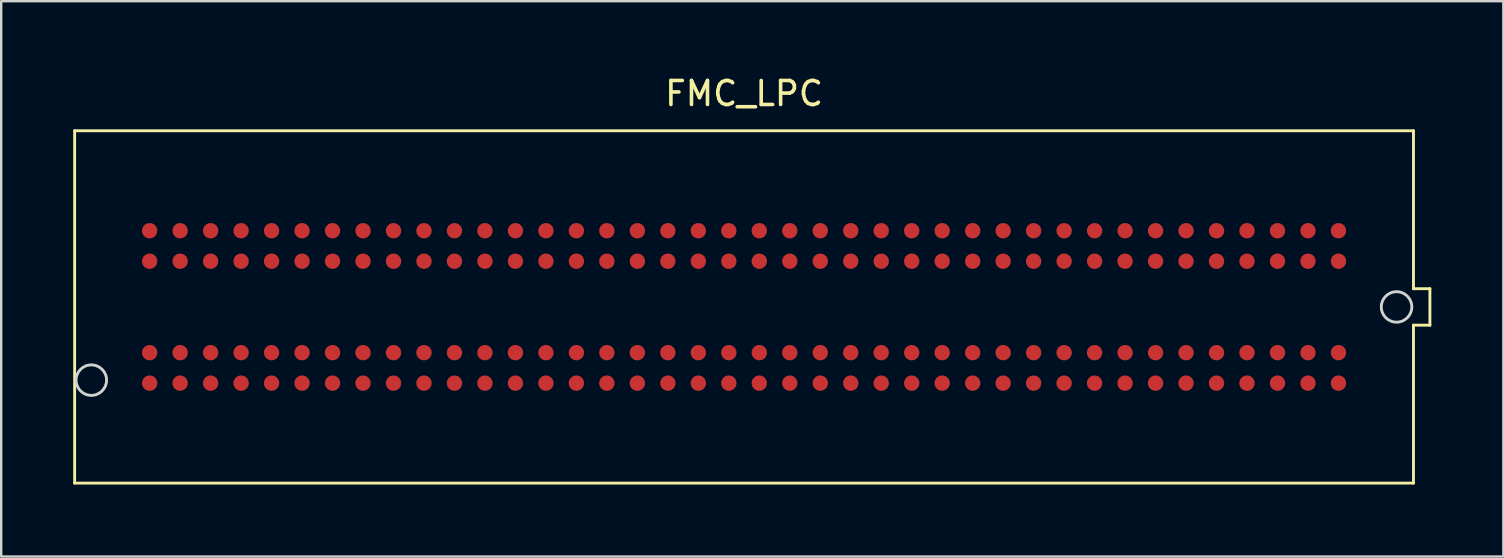
<source format=kicad_pcb>
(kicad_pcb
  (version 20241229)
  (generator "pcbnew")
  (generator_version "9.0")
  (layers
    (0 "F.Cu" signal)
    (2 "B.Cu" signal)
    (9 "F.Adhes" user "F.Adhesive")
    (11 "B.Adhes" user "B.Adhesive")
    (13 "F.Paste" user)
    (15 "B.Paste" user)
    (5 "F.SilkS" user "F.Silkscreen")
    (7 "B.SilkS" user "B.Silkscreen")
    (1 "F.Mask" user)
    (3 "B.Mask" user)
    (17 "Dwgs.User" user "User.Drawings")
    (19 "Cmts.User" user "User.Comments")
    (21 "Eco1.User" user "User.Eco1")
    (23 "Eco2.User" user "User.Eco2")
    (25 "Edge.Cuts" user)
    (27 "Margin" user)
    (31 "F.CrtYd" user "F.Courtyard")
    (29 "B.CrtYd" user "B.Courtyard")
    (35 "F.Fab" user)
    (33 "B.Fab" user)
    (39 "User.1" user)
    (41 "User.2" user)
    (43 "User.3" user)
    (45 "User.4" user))
  (footprint "FMC_LPC"
    (layer "F.Cu")
    (at 27.95 9.738)
    (property "Reference" "FMC_LPC" (at 0 -8.89 0) (layer "F.SilkS") (effects (font (size 1 1) (thickness 0.15))))
    (attr through_hole)
    (fp_line (start -27.89 -7.34) (end -27.89 7.34) (stroke (width 0.12) (type solid)) (layer "F.SilkS"))
    (fp_line (start -27.89 7.34) (end 27.89 7.34) (stroke (width 0.12) (type solid)) (layer "F.SilkS"))
    (fp_line (start 27.89 -7.34) (end -27.89 -7.34) (stroke (width 0.12) (type solid)) (layer "F.SilkS"))
    (fp_line (start 27.89 -0.76) (end 27.89 -7.34) (stroke (width 0.12) (type solid)) (layer "F.SilkS"))
    (fp_line (start 27.89 0.76) (end 28.575 0.76) (stroke (width 0.12) (type solid)) (layer "F.SilkS"))
    (fp_line (start 27.89 7.34) (end 27.89 0.76) (stroke (width 0.12) (type solid)) (layer "F.SilkS"))
    (fp_line (start 28.575 -0.76) (end 27.89 -0.76) (stroke (width 0.12) (type solid)) (layer "F.SilkS"))
    (fp_line (start 28.575 0.76) (end 28.575 -0.76) (stroke (width 0.12) (type solid)) (layer "F.SilkS"))
    (fp_circle (center -27.195 3.05) (end -26.56 3.05) (stroke (width 0.12) (type solid)) (fill no) (layer "Edge.Cuts"))
    (fp_circle (center 27.185 0) (end 27.82 0) (stroke (width 0.12) (type solid)) (fill no) (layer "Edge.Cuts"))
    (pad "C1" smd circle (at 24.765 -3.175) (size 0.64 0.64) (layers "F.Cu" "F.Mask" "F.Paste"))
    (pad "C2" smd circle (at 23.495 -3.175) (size 0.64 0.64) (layers "F.Cu" "F.Mask" "F.Paste"))
    (pad "C3" smd circle (at 22.225 -3.175) (size 0.64 0.64) (layers "F.Cu" "F.Mask" "F.Paste"))
    (pad "C4" smd circle (at 20.955 -3.175) (size 0.64 0.64) (layers "F.Cu" "F.Mask" "F.Paste"))
    (pad "C5" smd circle (at 19.685 -3.175) (size 0.64 0.64) (layers "F.Cu" "F.Mask" "F.Paste"))
    (pad "C6" smd circle (at 18.415 -3.175) (size 0.64 0.64) (layers "F.Cu" "F.Mask" "F.Paste"))
    (pad "C7" smd circle (at 17.145 -3.175) (size 0.64 0.64) (layers "F.Cu" "F.Mask" "F.Paste"))
    (pad "C8" smd circle (at 15.875 -3.175) (size 0.64 0.64) (layers "F.Cu" "F.Mask" "F.Paste"))
    (pad "C9" smd circle (at 14.605 -3.175) (size 0.64 0.64) (layers "F.Cu" "F.Mask" "F.Paste"))
    (pad "C10" smd circle (at 13.335 -3.175) (size 0.64 0.64) (layers "F.Cu" "F.Mask" "F.Paste"))
    (pad "C11" smd circle (at 12.065 -3.175) (size 0.64 0.64) (layers "F.Cu" "F.Mask" "F.Paste"))
    (pad "C12" smd circle (at 10.795 -3.175) (size 0.64 0.64) (layers "F.Cu" "F.Mask" "F.Paste"))
    (pad "C13" smd circle (at 9.525 -3.175) (size 0.64 0.64) (layers "F.Cu" "F.Mask" "F.Paste"))
    (pad "C14" smd circle (at 8.255 -3.175) (size 0.64 0.64) (layers "F.Cu" "F.Mask" "F.Paste"))
    (pad "C15" smd circle (at 6.985 -3.175) (size 0.64 0.64) (layers "F.Cu" "F.Mask" "F.Paste"))
    (pad "C16" smd circle (at 5.715 -3.175) (size 0.64 0.64) (layers "F.Cu" "F.Mask" "F.Paste"))
    (pad "C17" smd circle (at 4.445 -3.175) (size 0.64 0.64) (layers "F.Cu" "F.Mask" "F.Paste"))
    (pad "C18" smd circle (at 3.175 -3.175) (size 0.64 0.64) (layers "F.Cu" "F.Mask" "F.Paste"))
    (pad "C19" smd circle (at 1.905 -3.175) (size 0.64 0.64) (layers "F.Cu" "F.Mask" "F.Paste"))
    (pad "C20" smd circle (at 0.635 -3.175) (size 0.64 0.64) (layers "F.Cu" "F.Mask" "F.Paste"))
    (pad "C21" smd circle (at -0.635 -3.175) (size 0.64 0.64) (layers "F.Cu" "F.Mask" "F.Paste"))
    (pad "C22" smd circle (at -1.905 -3.175) (size 0.64 0.64) (layers "F.Cu" "F.Mask" "F.Paste"))
    (pad "C23" smd circle (at -3.175 -3.175) (size 0.64 0.64) (layers "F.Cu" "F.Mask" "F.Paste"))
    (pad "C24" smd circle (at -4.445 -3.175) (size 0.64 0.64) (layers "F.Cu" "F.Mask" "F.Paste"))
    (pad "C25" smd circle (at -5.715 -3.175) (size 0.64 0.64) (layers "F.Cu" "F.Mask" "F.Paste"))
    (pad "C26" smd circle (at -6.985 -3.175) (size 0.64 0.64) (layers "F.Cu" "F.Mask" "F.Paste"))
    (pad "C27" smd circle (at -8.255 -3.175) (size 0.64 0.64) (layers "F.Cu" "F.Mask" "F.Paste"))
    (pad "C28" smd circle (at -9.525 -3.175) (size 0.64 0.64) (layers "F.Cu" "F.Mask" "F.Paste"))
    (pad "C29" smd circle (at -10.795 -3.175) (size 0.64 0.64) (layers "F.Cu" "F.Mask" "F.Paste"))
    (pad "C30" smd circle (at -12.065 -3.175) (size 0.64 0.64) (layers "F.Cu" "F.Mask" "F.Paste"))
    (pad "C31" smd circle (at -13.335 -3.175) (size 0.64 0.64) (layers "F.Cu" "F.Mask" "F.Paste"))
    (pad "C32" smd circle (at -14.605 -3.175) (size 0.64 0.64) (layers "F.Cu" "F.Mask" "F.Paste"))
    (pad "C33" smd circle (at -15.875 -3.175) (size 0.64 0.64) (layers "F.Cu" "F.Mask" "F.Paste"))
    (pad "C34" smd circle (at -17.145 -3.175) (size 0.64 0.64) (layers "F.Cu" "F.Mask" "F.Paste"))
    (pad "C35" smd circle (at -18.415 -3.175) (size 0.64 0.64) (layers "F.Cu" "F.Mask" "F.Paste"))
    (pad "C36" smd circle (at -19.685 -3.175) (size 0.64 0.64) (layers "F.Cu" "F.Mask" "F.Paste"))
    (pad "C37" smd circle (at -20.955 -3.175) (size 0.64 0.64) (layers "F.Cu" "F.Mask" "F.Paste"))
    (pad "C38" smd circle (at -22.225 -3.175) (size 0.64 0.64) (layers "F.Cu" "F.Mask" "F.Paste"))
    (pad "C39" smd circle (at -23.495 -3.175) (size 0.64 0.64) (layers "F.Cu" "F.Mask" "F.Paste"))
    (pad "C40" smd circle (at -24.765 -3.175) (size 0.64 0.64) (layers "F.Cu" "F.Mask" "F.Paste"))
    (pad "D1" smd circle (at 24.765 -1.905) (size 0.64 0.64) (layers "F.Cu" "F.Mask" "F.Paste"))
    (pad "D2" smd circle (at 23.495 -1.905) (size 0.64 0.64) (layers "F.Cu" "F.Mask" "F.Paste"))
    (pad "D3" smd circle (at 22.225 -1.905) (size 0.64 0.64) (layers "F.Cu" "F.Mask" "F.Paste"))
    (pad "D4" smd circle (at 20.955 -1.905) (size 0.64 0.64) (layers "F.Cu" "F.Mask" "F.Paste"))
    (pad "D5" smd circle (at 19.685 -1.905) (size 0.64 0.64) (layers "F.Cu" "F.Mask" "F.Paste"))
    (pad "D6" smd circle (at 18.415 -1.905) (size 0.64 0.64) (layers "F.Cu" "F.Mask" "F.Paste"))
    (pad "D7" smd circle (at 17.145 -1.905) (size 0.64 0.64) (layers "F.Cu" "F.Mask" "F.Paste"))
    (pad "D8" smd circle (at 15.875 -1.905) (size 0.64 0.64) (layers "F.Cu" "F.Mask" "F.Paste"))
    (pad "D9" smd circle (at 14.605 -1.905) (size 0.64 0.64) (layers "F.Cu" "F.Mask" "F.Paste"))
    (pad "D10" smd circle (at 13.335 -1.905) (size 0.64 0.64) (layers "F.Cu" "F.Mask" "F.Paste"))
    (pad "D11" smd circle (at 12.065 -1.905) (size 0.64 0.64) (layers "F.Cu" "F.Mask" "F.Paste"))
    (pad "D12" smd circle (at 10.795 -1.905) (size 0.64 0.64) (layers "F.Cu" "F.Mask" "F.Paste"))
    (pad "D13" smd circle (at 9.525 -1.905) (size 0.64 0.64) (layers "F.Cu" "F.Mask" "F.Paste"))
    (pad "D14" smd circle (at 8.255 -1.905) (size 0.64 0.64) (layers "F.Cu" "F.Mask" "F.Paste"))
    (pad "D15" smd circle (at 6.985 -1.905) (size 0.64 0.64) (layers "F.Cu" "F.Mask" "F.Paste"))
    (pad "D16" smd circle (at 5.715 -1.905) (size 0.64 0.64) (layers "F.Cu" "F.Mask" "F.Paste"))
    (pad "D17" smd circle (at 4.445 -1.905) (size 0.64 0.64) (layers "F.Cu" "F.Mask" "F.Paste"))
    (pad "D18" smd circle (at 3.175 -1.905) (size 0.64 0.64) (layers "F.Cu" "F.Mask" "F.Paste"))
    (pad "D19" smd circle (at 1.905 -1.905) (size 0.64 0.64) (layers "F.Cu" "F.Mask" "F.Paste"))
    (pad "D20" smd circle (at 0.635 -1.905) (size 0.64 0.64) (layers "F.Cu" "F.Mask" "F.Paste"))
    (pad "D21" smd circle (at -0.635 -1.905) (size 0.64 0.64) (layers "F.Cu" "F.Mask" "F.Paste"))
    (pad "D22" smd circle (at -1.905 -1.905) (size 0.64 0.64) (layers "F.Cu" "F.Mask" "F.Paste"))
    (pad "D23" smd circle (at -3.175 -1.905) (size 0.64 0.64) (layers "F.Cu" "F.Mask" "F.Paste"))
    (pad "D24" smd circle (at -4.445 -1.905) (size 0.64 0.64) (layers "F.Cu" "F.Mask" "F.Paste"))
    (pad "D25" smd circle (at -5.715 -1.905) (size 0.64 0.64) (layers "F.Cu" "F.Mask" "F.Paste"))
    (pad "D26" smd circle (at -6.985 -1.905) (size 0.64 0.64) (layers "F.Cu" "F.Mask" "F.Paste"))
    (pad "D27" smd circle (at -8.255 -1.905) (size 0.64 0.64) (layers "F.Cu" "F.Mask" "F.Paste"))
    (pad "D28" smd circle (at -9.525 -1.905) (size 0.64 0.64) (layers "F.Cu" "F.Mask" "F.Paste"))
    (pad "D29" smd circle (at -10.795 -1.905) (size 0.64 0.64) (layers "F.Cu" "F.Mask" "F.Paste"))
    (pad "D30" smd circle (at -12.065 -1.905) (size 0.64 0.64) (layers "F.Cu" "F.Mask" "F.Paste"))
    (pad "D31" smd circle (at -13.335 -1.905) (size 0.64 0.64) (layers "F.Cu" "F.Mask" "F.Paste"))
    (pad "D32" smd circle (at -14.605 -1.905) (size 0.64 0.64) (layers "F.Cu" "F.Mask" "F.Paste"))
    (pad "D33" smd circle (at -15.875 -1.905) (size 0.64 0.64) (layers "F.Cu" "F.Mask" "F.Paste"))
    (pad "D34" smd circle (at -17.145 -1.905) (size 0.64 0.64) (layers "F.Cu" "F.Mask" "F.Paste"))
    (pad "D35" smd circle (at -18.415 -1.905) (size 0.64 0.64) (layers "F.Cu" "F.Mask" "F.Paste"))
    (pad "D36" smd circle (at -19.685 -1.905) (size 0.64 0.64) (layers "F.Cu" "F.Mask" "F.Paste"))
    (pad "D37" smd circle (at -20.955 -1.905) (size 0.64 0.64) (layers "F.Cu" "F.Mask" "F.Paste"))
    (pad "D38" smd circle (at -22.225 -1.905) (size 0.64 0.64) (layers "F.Cu" "F.Mask" "F.Paste"))
    (pad "D39" smd circle (at -23.495 -1.905) (size 0.64 0.64) (layers "F.Cu" "F.Mask" "F.Paste"))
    (pad "D40" smd circle (at -24.765 -1.905) (size 0.64 0.64) (layers "F.Cu" "F.Mask" "F.Paste"))
    (pad "G1" smd circle (at 24.765 1.905) (size 0.64 0.64) (layers "F.Cu" "F.Mask" "F.Paste"))
    (pad "G2" smd circle (at 23.495 1.905) (size 0.64 0.64) (layers "F.Cu" "F.Mask" "F.Paste"))
    (pad "G3" smd circle (at 22.225 1.905) (size 0.64 0.64) (layers "F.Cu" "F.Mask" "F.Paste"))
    (pad "G4" smd circle (at 20.955 1.905) (size 0.64 0.64) (layers "F.Cu" "F.Mask" "F.Paste"))
    (pad "G5" smd circle (at 19.685 1.905) (size 0.64 0.64) (layers "F.Cu" "F.Mask" "F.Paste"))
    (pad "G6" smd circle (at 18.415 1.905) (size 0.64 0.64) (layers "F.Cu" "F.Mask" "F.Paste"))
    (pad "G7" smd circle (at 17.145 1.905) (size 0.64 0.64) (layers "F.Cu" "F.Mask" "F.Paste"))
    (pad "G8" smd circle (at 15.875 1.905) (size 0.64 0.64) (layers "F.Cu" "F.Mask" "F.Paste"))
    (pad "G9" smd circle (at 14.605 1.905) (size 0.64 0.64) (layers "F.Cu" "F.Mask" "F.Paste"))
    (pad "G10" smd circle (at 13.335 1.905) (size 0.64 0.64) (layers "F.Cu" "F.Mask" "F.Paste"))
    (pad "G11" smd circle (at 12.065 1.905) (size 0.64 0.64) (layers "F.Cu" "F.Mask" "F.Paste"))
    (pad "G12" smd circle (at 10.795 1.905) (size 0.64 0.64) (layers "F.Cu" "F.Mask" "F.Paste"))
    (pad "G13" smd circle (at 9.525 1.905) (size 0.64 0.64) (layers "F.Cu" "F.Mask" "F.Paste"))
    (pad "G14" smd circle (at 8.255 1.905) (size 0.64 0.64) (layers "F.Cu" "F.Mask" "F.Paste"))
    (pad "G15" smd circle (at 6.985 1.905) (size 0.64 0.64) (layers "F.Cu" "F.Mask" "F.Paste"))
    (pad "G16" smd circle (at 5.715 1.905) (size 0.64 0.64) (layers "F.Cu" "F.Mask" "F.Paste"))
    (pad "G17" smd circle (at 4.445 1.905) (size 0.64 0.64) (layers "F.Cu" "F.Mask" "F.Paste"))
    (pad "G18" smd circle (at 3.175 1.905) (size 0.64 0.64) (layers "F.Cu" "F.Mask" "F.Paste"))
    (pad "G19" smd circle (at 1.905 1.905) (size 0.64 0.64) (layers "F.Cu" "F.Mask" "F.Paste"))
    (pad "G20" smd circle (at 0.635 1.905) (size 0.64 0.64) (layers "F.Cu" "F.Mask" "F.Paste"))
    (pad "G21" smd circle (at -0.635 1.905) (size 0.64 0.64) (layers "F.Cu" "F.Mask" "F.Paste"))
    (pad "G22" smd circle (at -1.905 1.905) (size 0.64 0.64) (layers "F.Cu" "F.Mask" "F.Paste"))
    (pad "G23" smd circle (at -3.175 1.905) (size 0.64 0.64) (layers "F.Cu" "F.Mask" "F.Paste"))
    (pad "G24" smd circle (at -4.445 1.905) (size 0.64 0.64) (layers "F.Cu" "F.Mask" "F.Paste"))
    (pad "G25" smd circle (at -5.715 1.905) (size 0.64 0.64) (layers "F.Cu" "F.Mask" "F.Paste"))
    (pad "G26" smd circle (at -6.985 1.905) (size 0.64 0.64) (layers "F.Cu" "F.Mask" "F.Paste"))
    (pad "G27" smd circle (at -8.255 1.905) (size 0.64 0.64) (layers "F.Cu" "F.Mask" "F.Paste"))
    (pad "G28" smd circle (at -9.525 1.905) (size 0.64 0.64) (layers "F.Cu" "F.Mask" "F.Paste"))
    (pad "G29" smd circle (at -10.795 1.905) (size 0.64 0.64) (layers "F.Cu" "F.Mask" "F.Paste"))
    (pad "G30" smd circle (at -12.065 1.905) (size 0.64 0.64) (layers "F.Cu" "F.Mask" "F.Paste"))
    (pad "G31" smd circle (at -13.335 1.905) (size 0.64 0.64) (layers "F.Cu" "F.Mask" "F.Paste"))
    (pad "G32" smd circle (at -14.605 1.905) (size 0.64 0.64) (layers "F.Cu" "F.Mask" "F.Paste"))
    (pad "G33" smd circle (at -15.875 1.905) (size 0.64 0.64) (layers "F.Cu" "F.Mask" "F.Paste"))
    (pad "G34" smd circle (at -17.145 1.905) (size 0.64 0.64) (layers "F.Cu" "F.Mask" "F.Paste"))
    (pad "G35" smd circle (at -18.415 1.905) (size 0.64 0.64) (layers "F.Cu" "F.Mask" "F.Paste"))
    (pad "G36" smd circle (at -19.685 1.905) (size 0.64 0.64) (layers "F.Cu" "F.Mask" "F.Paste"))
    (pad "G37" smd circle (at -20.955 1.905) (size 0.64 0.64) (layers "F.Cu" "F.Mask" "F.Paste"))
    (pad "G38" smd circle (at -22.225 1.905) (size 0.64 0.64) (layers "F.Cu" "F.Mask" "F.Paste"))
    (pad "G39" smd circle (at -23.495 1.905) (size 0.64 0.64) (layers "F.Cu" "F.Mask" "F.Paste"))
    (pad "G40" smd circle (at -24.765 1.905) (size 0.64 0.64) (layers "F.Cu" "F.Mask" "F.Paste"))
    (pad "H1" smd circle (at 24.765 3.175) (size 0.64 0.64) (layers "F.Cu" "F.Mask" "F.Paste"))
    (pad "H2" smd circle (at 23.495 3.175) (size 0.64 0.64) (layers "F.Cu" "F.Mask" "F.Paste"))
    (pad "H3" smd circle (at 22.225 3.175) (size 0.64 0.64) (layers "F.Cu" "F.Mask" "F.Paste"))
    (pad "H4" smd circle (at 20.955 3.175) (size 0.64 0.64) (layers "F.Cu" "F.Mask" "F.Paste"))
    (pad "H5" smd circle (at 19.685 3.175) (size 0.64 0.64) (layers "F.Cu" "F.Mask" "F.Paste"))
    (pad "H6" smd circle (at 18.415 3.175) (size 0.64 0.64) (layers "F.Cu" "F.Mask" "F.Paste"))
    (pad "H7" smd circle (at 17.145 3.175) (size 0.64 0.64) (layers "F.Cu" "F.Mask" "F.Paste"))
    (pad "H8" smd circle (at 15.875 3.175) (size 0.64 0.64) (layers "F.Cu" "F.Mask" "F.Paste"))
    (pad "H9" smd circle (at 14.605 3.175) (size 0.64 0.64) (layers "F.Cu" "F.Mask" "F.Paste"))
    (pad "H10" smd circle (at 13.335 3.175) (size 0.64 0.64) (layers "F.Cu" "F.Mask" "F.Paste"))
    (pad "H11" smd circle (at 12.065 3.175) (size 0.64 0.64) (layers "F.Cu" "F.Mask" "F.Paste"))
    (pad "H12" smd circle (at 10.795 3.175) (size 0.64 0.64) (layers "F.Cu" "F.Mask" "F.Paste"))
    (pad "H13" smd circle (at 9.525 3.175) (size 0.64 0.64) (layers "F.Cu" "F.Mask" "F.Paste"))
    (pad "H14" smd circle (at 8.255 3.175) (size 0.64 0.64) (layers "F.Cu" "F.Mask" "F.Paste"))
    (pad "H15" smd circle (at 6.985 3.175) (size 0.64 0.64) (layers "F.Cu" "F.Mask" "F.Paste"))
    (pad "H16" smd circle (at 5.715 3.175) (size 0.64 0.64) (layers "F.Cu" "F.Mask" "F.Paste"))
    (pad "H17" smd circle (at 4.445 3.175) (size 0.64 0.64) (layers "F.Cu" "F.Mask" "F.Paste"))
    (pad "H18" smd circle (at 3.175 3.175) (size 0.64 0.64) (layers "F.Cu" "F.Mask" "F.Paste"))
    (pad "H19" smd circle (at 1.905 3.175) (size 0.64 0.64) (layers "F.Cu" "F.Mask" "F.Paste"))
    (pad "H20" smd circle (at 0.635 3.175) (size 0.64 0.64) (layers "F.Cu" "F.Mask" "F.Paste"))
    (pad "H21" smd circle (at -0.635 3.175) (size 0.64 0.64) (layers "F.Cu" "F.Mask" "F.Paste"))
    (pad "H22" smd circle (at -1.905 3.175) (size 0.64 0.64) (layers "F.Cu" "F.Mask" "F.Paste"))
    (pad "H23" smd circle (at -3.175 3.175) (size 0.64 0.64) (layers "F.Cu" "F.Mask" "F.Paste"))
    (pad "H24" smd circle (at -4.445 3.175) (size 0.64 0.64) (layers "F.Cu" "F.Mask" "F.Paste"))
    (pad "H25" smd circle (at -5.715 3.175) (size 0.64 0.64) (layers "F.Cu" "F.Mask" "F.Paste"))
    (pad "H26" smd circle (at -6.985 3.175) (size 0.64 0.64) (layers "F.Cu" "F.Mask" "F.Paste"))
    (pad "H27" smd circle (at -8.255 3.175) (size 0.64 0.64) (layers "F.Cu" "F.Mask" "F.Paste"))
    (pad "H28" smd circle (at -9.525 3.175) (size 0.64 0.64) (layers "F.Cu" "F.Mask" "F.Paste"))
    (pad "H29" smd circle (at -10.795 3.175) (size 0.64 0.64) (layers "F.Cu" "F.Mask" "F.Paste"))
    (pad "H30" smd circle (at -12.065 3.175) (size 0.64 0.64) (layers "F.Cu" "F.Mask" "F.Paste"))
    (pad "H31" smd circle (at -13.335 3.175) (size 0.64 0.64) (layers "F.Cu" "F.Mask" "F.Paste"))
    (pad "H32" smd circle (at -14.605 3.175) (size 0.64 0.64) (layers "F.Cu" "F.Mask" "F.Paste"))
    (pad "H33" smd circle (at -15.875 3.175) (size 0.64 0.64) (layers "F.Cu" "F.Mask" "F.Paste"))
    (pad "H34" smd circle (at -17.145 3.175) (size 0.64 0.64) (layers "F.Cu" "F.Mask" "F.Paste"))
    (pad "H35" smd circle (at -18.415 3.175) (size 0.64 0.64) (layers "F.Cu" "F.Mask" "F.Paste"))
    (pad "H36" smd circle (at -19.685 3.175) (size 0.64 0.64) (layers "F.Cu" "F.Mask" "F.Paste"))
    (pad "H37" smd circle (at -20.955 3.175) (size 0.64 0.64) (layers "F.Cu" "F.Mask" "F.Paste"))
    (pad "H38" smd circle (at -22.225 3.175) (size 0.64 0.64) (layers "F.Cu" "F.Mask" "F.Paste"))
    (pad "H39" smd circle (at -23.495 3.175) (size 0.64 0.64) (layers "F.Cu" "F.Mask" "F.Paste"))
    (pad "H40" smd circle (at -24.765 3.175) (size 0.64 0.64) (layers "F.Cu" "F.Mask" "F.Paste")))
  (gr_rect
    (start -3 -3)
    (end 59.585 20.138)
    (stroke (width 0.1) (type default))
    (fill no)
    (layer "Edge.Cuts")))
</source>
